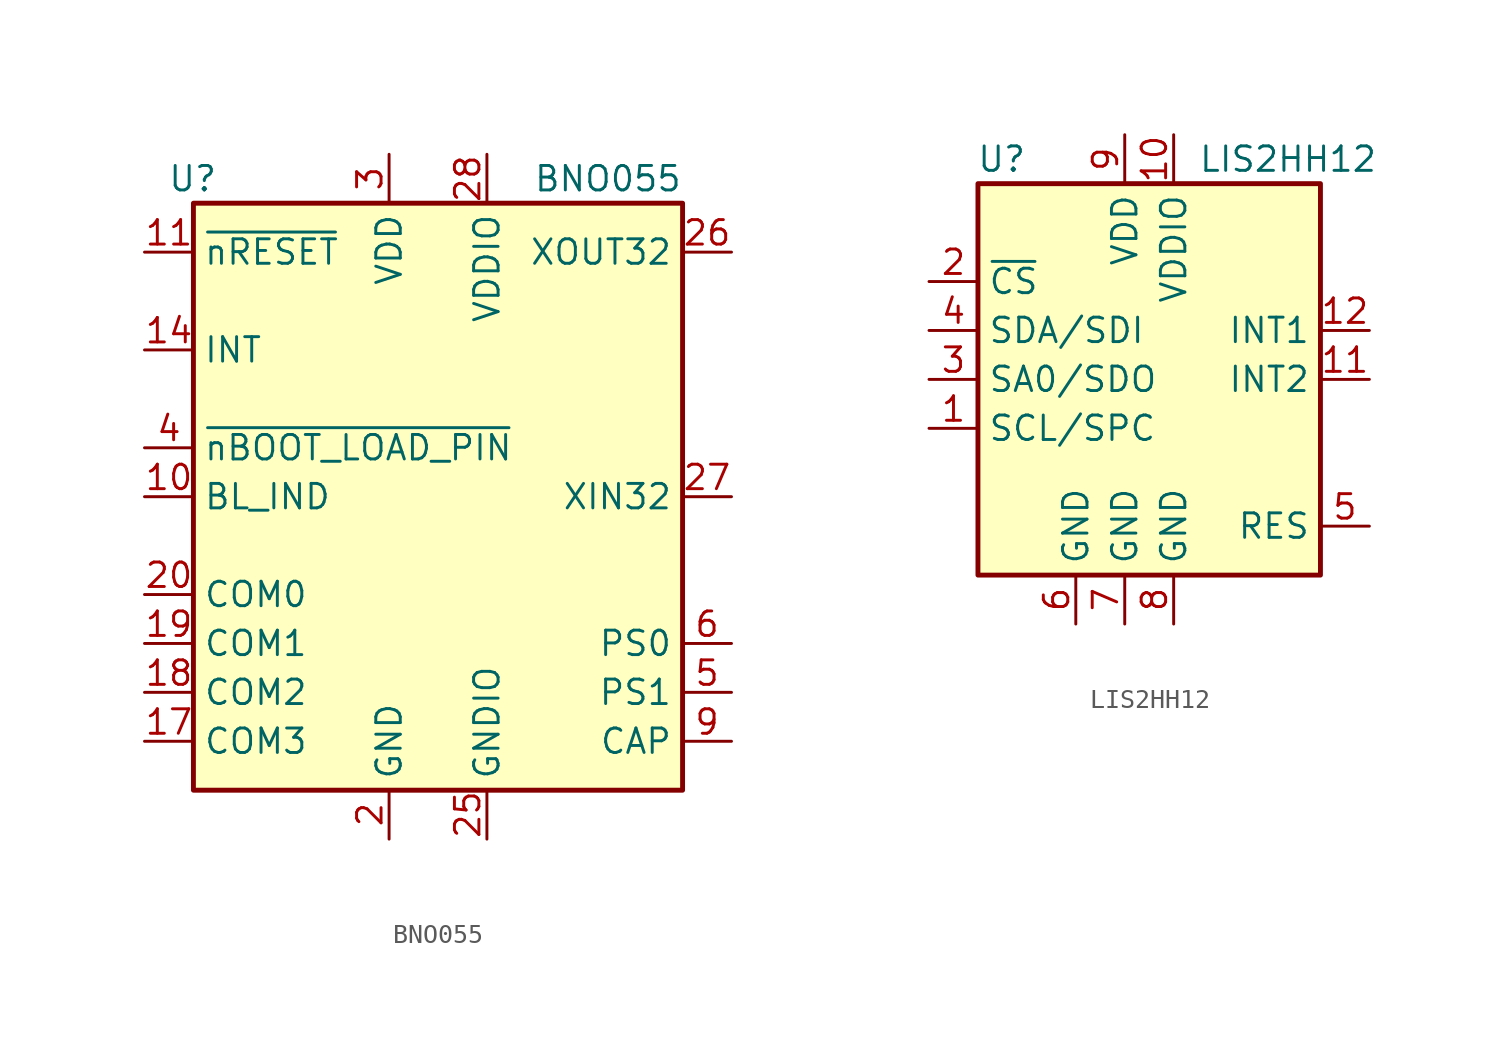
<source format=kicad_sym>
(kicad_symbol_lib
  (version 20211014)
  (generator kicad_symbol_editor)
  (symbol "BNO055"
    (property "Reference" "U"
      (at -11.43 16.51 0)
      (effects (font (size 1.27 1.27)) (justify right)))
    (property "Value" "BNO055"
      (at 12.7 16.51 0)
      (effects (font (size 1.27 1.27)) (justify right)))
    (symbol "BNO055_0_1"
      (rectangle (start -12.7 15.24) (end 12.7 -15.24) (stroke (width 0.254) (type default) (color 0 0 0 0)) (fill (type background))))
    (symbol "BNO055_1_1"
      (pin no_connect line (at -12.7 10.16 0) (length 2.54) hide (name "PIN1" (effects (font (size 1.27 1.27)))) (number "1" (effects (font (size 1.27 1.27)))))
      (pin output line (at -15.24 0 0) (length 2.54) (name "BL_IND" (effects (font (size 1.27 1.27)))) (number "10" (effects (font (size 1.27 1.27)))))
      (pin input line (at -15.24 12.7 0) (length 2.54) (name "~{nRESET}" (effects (font (size 1.27 1.27)))) (number "11" (effects (font (size 1.27 1.27)))))
      (pin no_connect line (at 12.7 10.16 180) (length 2.54) hide (name "PIN12" (effects (font (size 1.27 1.27)))) (number "12" (effects (font (size 1.27 1.27)))))
      (pin no_connect line (at 12.7 7.62 180) (length 2.54) hide (name "PIN13" (effects (font (size 1.27 1.27)))) (number "13" (effects (font (size 1.27 1.27)))))
      (pin output line (at -15.24 7.62 0) (length 2.54) (name "INT" (effects (font (size 1.27 1.27)))) (number "14" (effects (font (size 1.27 1.27)))))
      (pin passive line (at 2.54 -17.78 90) (length 2.54) hide (name "GNDIO" (effects (font (size 1.27 1.27)))) (number "15" (effects (font (size 1.27 1.27)))))
      (pin passive line (at 2.54 -17.78 90) (length 2.54) hide (name "GNDIO" (effects (font (size 1.27 1.27)))) (number "16" (effects (font (size 1.27 1.27)))))
      (pin input line (at -15.24 -12.7 0) (length 2.54) (name "COM3" (effects (font (size 1.27 1.27)))) (number "17" (effects (font (size 1.27 1.27)))))
      (pin bidirectional line (at -15.24 -10.16 0) (length 2.54) (name "COM2" (effects (font (size 1.27 1.27)))) (number "18" (effects (font (size 1.27 1.27)))))
      (pin bidirectional line (at -15.24 -7.62 0) (length 2.54) (name "COM1" (effects (font (size 1.27 1.27)))) (number "19" (effects (font (size 1.27 1.27)))))
      (pin power_in line (at -2.54 -17.78 90) (length 2.54) (name "GND" (effects (font (size 1.27 1.27)))) (number "2" (effects (font (size 1.27 1.27)))))
      (pin bidirectional line (at -15.24 -5.08 0) (length 2.54) (name "COM0" (effects (font (size 1.27 1.27)))) (number "20" (effects (font (size 1.27 1.27)))))
      (pin no_connect line (at 12.7 5.08 180) (length 2.54) hide (name "PIN21" (effects (font (size 1.27 1.27)))) (number "21" (effects (font (size 1.27 1.27)))))
      (pin no_connect line (at 12.7 2.54 180) (length 2.54) hide (name "PIN22" (effects (font (size 1.27 1.27)))) (number "22" (effects (font (size 1.27 1.27)))))
      (pin no_connect line (at 12.7 -2.54 180) (length 2.54) hide (name "PIN23" (effects (font (size 1.27 1.27)))) (number "23" (effects (font (size 1.27 1.27)))))
      (pin no_connect line (at 12.7 -5.08 180) (length 2.54) hide (name "PIN24" (effects (font (size 1.27 1.27)))) (number "24" (effects (font (size 1.27 1.27)))))
      (pin power_in line (at 2.54 -17.78 90) (length 2.54) (name "GNDIO" (effects (font (size 1.27 1.27)))) (number "25" (effects (font (size 1.27 1.27)))))
      (pin output line (at 15.24 12.7 180) (length 2.54) (name "XOUT32" (effects (font (size 1.27 1.27)))) (number "26" (effects (font (size 1.27 1.27)))))
      (pin input line (at 15.24 0 180) (length 2.54) (name "XIN32" (effects (font (size 1.27 1.27)))) (number "27" (effects (font (size 1.27 1.27)))))
      (pin power_in line (at 2.54 17.78 270) (length 2.54) (name "VDDIO" (effects (font (size 1.27 1.27)))) (number "28" (effects (font (size 1.27 1.27)))))
      (pin power_in line (at -2.54 17.78 270) (length 2.54) (name "VDD" (effects (font (size 1.27 1.27)))) (number "3" (effects (font (size 1.27 1.27)))))
      (pin input line (at -15.24 2.54 0) (length 2.54) (name "~{nBOOT_LOAD_PIN}" (effects (font (size 1.27 1.27)))) (number "4" (effects (font (size 1.27 1.27)))))
      (pin input line (at 15.24 -10.16 180) (length 2.54) (name "PS1" (effects (font (size 1.27 1.27)))) (number "5" (effects (font (size 1.27 1.27)))))
      (pin input line (at 15.24 -7.62 180) (length 2.54) (name "PS0" (effects (font (size 1.27 1.27)))) (number "6" (effects (font (size 1.27 1.27)))))
      (pin no_connect line (at -12.7 5.08 0) (length 2.54) hide (name "PIN7" (effects (font (size 1.27 1.27)))) (number "7" (effects (font (size 1.27 1.27)))))
      (pin no_connect line (at -12.7 -2.54 0) (length 2.54) hide (name "PIN8" (effects (font (size 1.27 1.27)))) (number "8" (effects (font (size 1.27 1.27)))))
      (pin passive line (at 15.24 -12.7 180) (length 2.54) (name "CAP" (effects (font (size 1.27 1.27)))) (number "9" (effects (font (size 1.27 1.27)))))))
  (symbol "LIS2HH12"
    (property "Reference" "U"
      (at -6.35 11.43 0)
      (effects (font (size 1.27 1.27)) (justify right)))
    (property "Value" "LIS2HH12"
      (at 2.54 11.43 0)
      (effects (font (size 1.27 1.27)) (justify left)))
    (symbol "LIS2HH12_0_1"
      (rectangle (start -8.89 10.16) (end 8.89 -10.16) (stroke (width 0.254) (type default) (color 0 0 0 0)) (fill (type background))))
    (symbol "LIS2HH12_1_1"
      (pin input line (at -11.43 -2.54 0) (length 2.54) (name "SCL/SPC" (effects (font (size 1.27 1.27)))) (number "1" (effects (font (size 1.27 1.27)))))
      (pin power_in line (at 1.27 12.7 270) (length 2.54) (name "VDDIO" (effects (font (size 1.27 1.27)))) (number "10" (effects (font (size 1.27 1.27)))))
      (pin output line (at 11.43 0 180) (length 2.54) (name "INT2" (effects (font (size 1.27 1.27)))) (number "11" (effects (font (size 1.27 1.27)))))
      (pin output line (at 11.43 2.54 180) (length 2.54) (name "INT1" (effects (font (size 1.27 1.27)))) (number "12" (effects (font (size 1.27 1.27)))))
      (pin input line (at -11.43 5.08 0) (length 2.54) (name "~{CS}" (effects (font (size 1.27 1.27)))) (number "2" (effects (font (size 1.27 1.27)))))
      (pin bidirectional line (at -11.43 0 0) (length 2.54) (name "SA0/SDO" (effects (font (size 1.27 1.27)))) (number "3" (effects (font (size 1.27 1.27)))))
      (pin bidirectional line (at -11.43 2.54 0) (length 2.54) (name "SDA/SDI" (effects (font (size 1.27 1.27)))) (number "4" (effects (font (size 1.27 1.27)))))
      (pin passive line (at 11.43 -7.62 180) (length 2.54) (name "RES" (effects (font (size 1.27 1.27)))) (number "5" (effects (font (size 1.27 1.27)))))
      (pin power_in line (at -3.81 -12.7 90) (length 2.54) (name "GND" (effects (font (size 1.27 1.27)))) (number "6" (effects (font (size 1.27 1.27)))))
      (pin power_in line (at -1.27 -12.7 90) (length 2.54) (name "GND" (effects (font (size 1.27 1.27)))) (number "7" (effects (font (size 1.27 1.27)))))
      (pin power_in line (at 1.27 -12.7 90) (length 2.54) (name "GND" (effects (font (size 1.27 1.27)))) (number "8" (effects (font (size 1.27 1.27)))))
      (pin power_in line (at -1.27 12.7 270) (length 2.54) (name "VDD" (effects (font (size 1.27 1.27)))) (number "9" (effects (font (size 1.27 1.27))))))))
</source>
